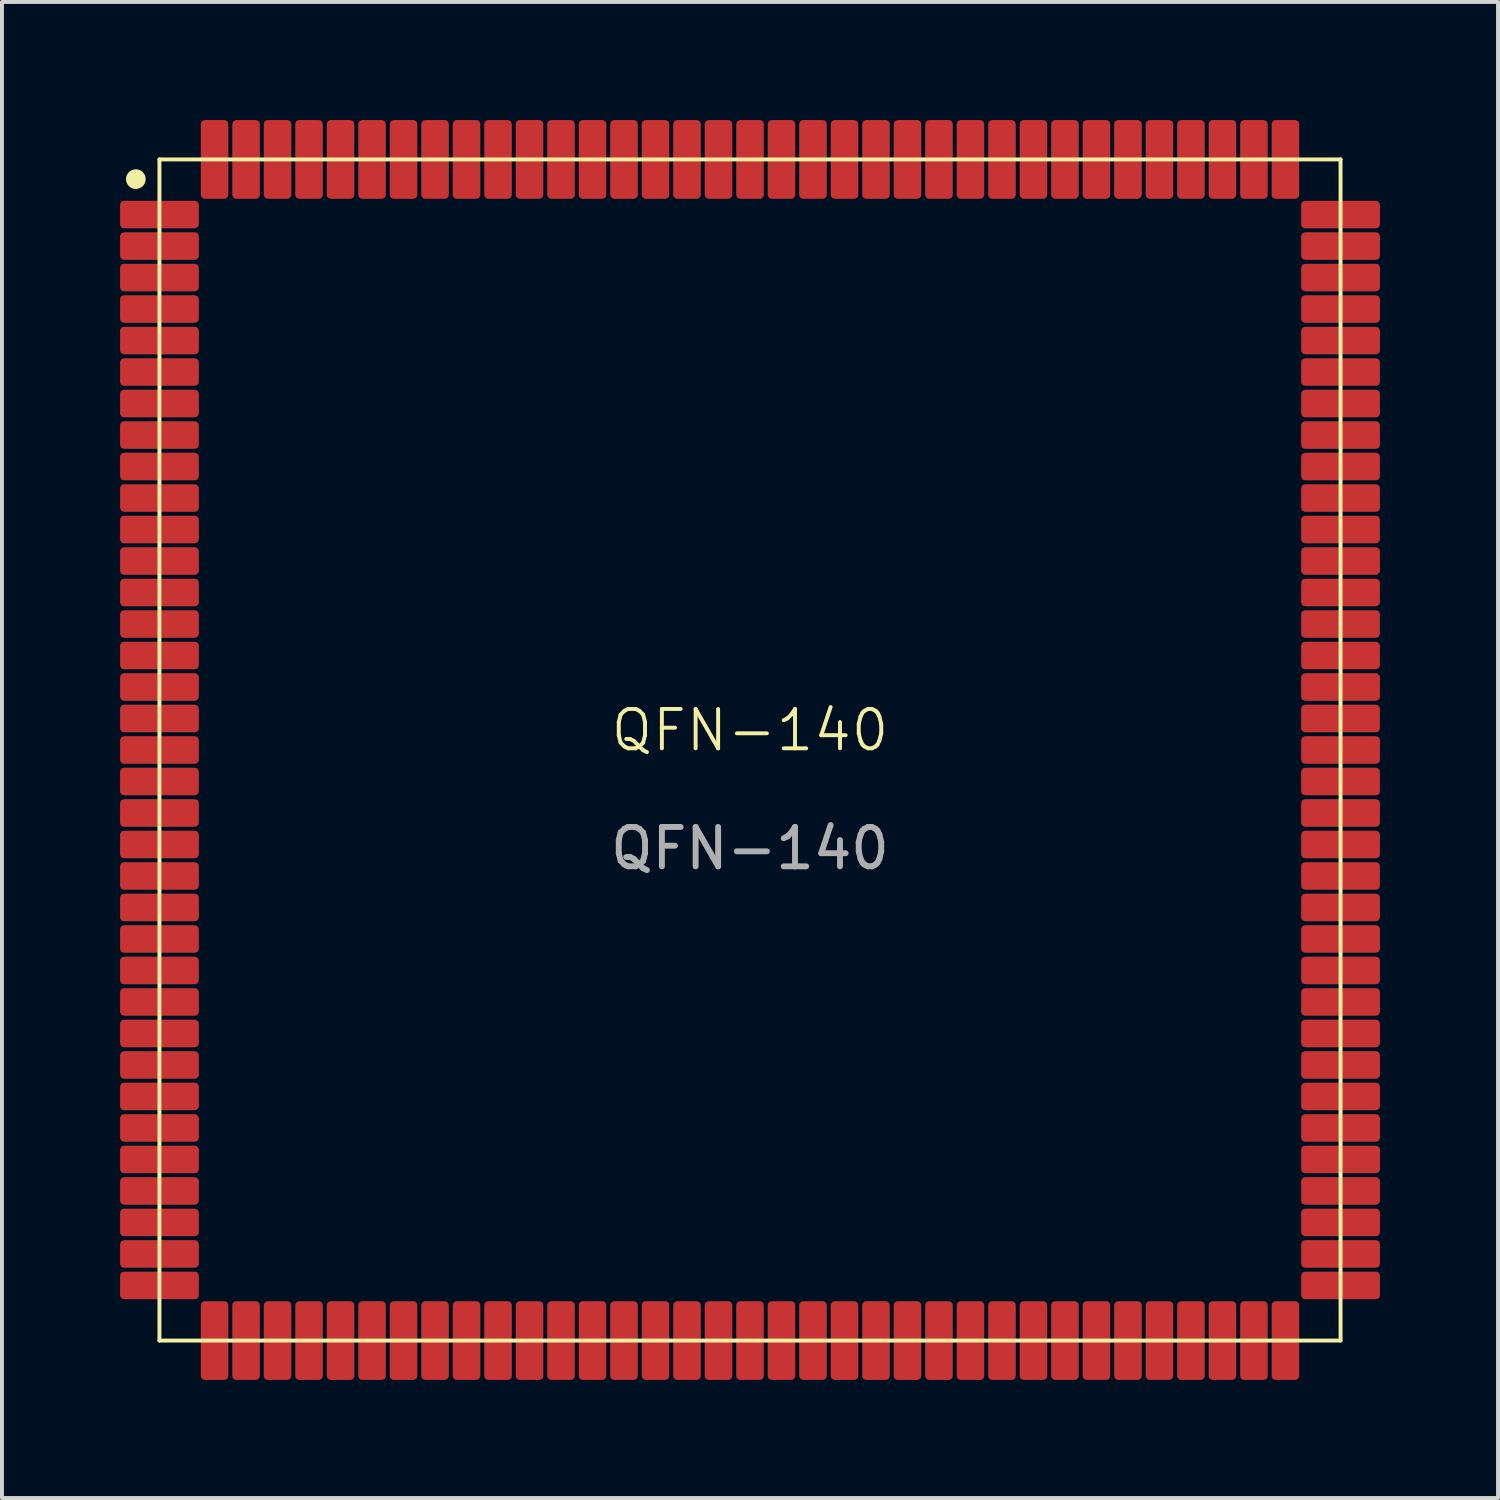
<source format=kicad_pcb>
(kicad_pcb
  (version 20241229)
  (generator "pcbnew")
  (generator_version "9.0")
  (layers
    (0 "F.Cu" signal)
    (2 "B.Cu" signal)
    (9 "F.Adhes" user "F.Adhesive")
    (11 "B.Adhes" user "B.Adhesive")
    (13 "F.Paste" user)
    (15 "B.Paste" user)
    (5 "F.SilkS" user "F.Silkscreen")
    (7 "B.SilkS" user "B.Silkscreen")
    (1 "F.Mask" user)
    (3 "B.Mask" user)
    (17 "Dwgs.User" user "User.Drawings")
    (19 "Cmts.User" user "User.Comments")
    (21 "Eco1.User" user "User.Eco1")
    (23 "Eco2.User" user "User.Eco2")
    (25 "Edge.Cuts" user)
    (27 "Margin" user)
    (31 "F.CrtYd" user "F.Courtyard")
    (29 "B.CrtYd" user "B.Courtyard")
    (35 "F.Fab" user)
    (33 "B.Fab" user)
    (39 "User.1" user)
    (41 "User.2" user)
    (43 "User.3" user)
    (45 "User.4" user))
  (footprint "QFN-140"
    (layer "F.Cu")
    (at 16 16)
    (property "Reference" "QFN-140" (at 0 -0.5 0) (unlocked yes) (layer "F.SilkS") (effects (font (size 1 1) (thickness 0.1))))
    (attr smd)
    (fp_line (start -15 -15) (end -15 15) (stroke (width 0.1) (type default)) (layer "F.SilkS"))
    (fp_line (start -15 15) (end 15 15) (stroke (width 0.1) (type default)) (layer "F.SilkS"))
    (fp_line (start 15 -15) (end -15 -15) (stroke (width 0.1) (type default)) (layer "F.SilkS"))
    (fp_line (start 15 15) (end 15 -15) (stroke (width 0.1) (type default)) (layer "F.SilkS"))
    (fp_circle (center -15.6 -14.5) (end -15.4 -14.5) (stroke (width 0.1) (type solid)) (fill yes) (layer "F.SilkS"))
    (fp_text user "${REFERENCE}" (at 0 2.5 0) (unlocked yes) (layer "F.Fab") (effects (font (size 1 1) (thickness 0.15))))
    (pad "1" smd roundrect (at -15 -13.6) (size 2 0.7) (layers "F.Cu" "F.Mask" "F.Paste") (roundrect_rratio 0.15))
    (pad "2" smd roundrect (at -15 -12.8) (size 2 0.7) (layers "F.Cu" "F.Mask" "F.Paste") (roundrect_rratio 0.15))
    (pad "3" smd roundrect (at -15 -12) (size 2 0.7) (layers "F.Cu" "F.Mask" "F.Paste") (roundrect_rratio 0.15))
    (pad "4" smd roundrect (at -15 -11.2) (size 2 0.7) (layers "F.Cu" "F.Mask" "F.Paste") (roundrect_rratio 0.15))
    (pad "5" smd roundrect (at -15 -10.4) (size 2 0.7) (layers "F.Cu" "F.Mask" "F.Paste") (roundrect_rratio 0.15))
    (pad "6" smd roundrect (at -15 -9.6) (size 2 0.7) (layers "F.Cu" "F.Mask" "F.Paste") (roundrect_rratio 0.15))
    (pad "7" smd roundrect (at -15 -8.8) (size 2 0.7) (layers "F.Cu" "F.Mask" "F.Paste") (roundrect_rratio 0.15))
    (pad "8" smd roundrect (at -15 -8) (size 2 0.7) (layers "F.Cu" "F.Mask" "F.Paste") (roundrect_rratio 0.15))
    (pad "9" smd roundrect (at -15 -7.2) (size 2 0.7) (layers "F.Cu" "F.Mask" "F.Paste") (roundrect_rratio 0.15))
    (pad "10" smd roundrect (at -15 -6.4) (size 2 0.7) (layers "F.Cu" "F.Mask" "F.Paste") (roundrect_rratio 0.15))
    (pad "11" smd roundrect (at -15 -5.6) (size 2 0.7) (layers "F.Cu" "F.Mask" "F.Paste") (roundrect_rratio 0.15))
    (pad "12" smd roundrect (at -15 -4.8) (size 2 0.7) (layers "F.Cu" "F.Mask" "F.Paste") (roundrect_rratio 0.15))
    (pad "13" smd roundrect (at -15 -4) (size 2 0.7) (layers "F.Cu" "F.Mask" "F.Paste") (roundrect_rratio 0.15))
    (pad "14" smd roundrect (at -15 -3.2) (size 2 0.7) (layers "F.Cu" "F.Mask" "F.Paste") (roundrect_rratio 0.15))
    (pad "15" smd roundrect (at -15 -2.4) (size 2 0.7) (layers "F.Cu" "F.Mask" "F.Paste") (roundrect_rratio 0.15))
    (pad "16" smd roundrect (at -15 -1.6) (size 2 0.7) (layers "F.Cu" "F.Mask" "F.Paste") (roundrect_rratio 0.15))
    (pad "17" smd roundrect (at -15 -0.8) (size 2 0.7) (layers "F.Cu" "F.Mask" "F.Paste") (roundrect_rratio 0.15))
    (pad "18" smd roundrect (at -15 0) (size 2 0.7) (layers "F.Cu" "F.Mask" "F.Paste") (roundrect_rratio 0.15))
    (pad "19" smd roundrect (at -15 0.8) (size 2 0.7) (layers "F.Cu" "F.Mask" "F.Paste") (roundrect_rratio 0.15))
    (pad "20" smd roundrect (at -15 1.6) (size 2 0.7) (layers "F.Cu" "F.Mask" "F.Paste") (roundrect_rratio 0.15))
    (pad "21" smd roundrect (at -15 2.4) (size 2 0.7) (layers "F.Cu" "F.Mask" "F.Paste") (roundrect_rratio 0.15))
    (pad "22" smd roundrect (at -15 3.2) (size 2 0.7) (layers "F.Cu" "F.Mask" "F.Paste") (roundrect_rratio 0.15))
    (pad "23" smd roundrect (at -15 4) (size 2 0.7) (layers "F.Cu" "F.Mask" "F.Paste") (roundrect_rratio 0.15))
    (pad "24" smd roundrect (at -15 4.8) (size 2 0.7) (layers "F.Cu" "F.Mask" "F.Paste") (roundrect_rratio 0.15))
    (pad "25" smd roundrect (at -15 5.6) (size 2 0.7) (layers "F.Cu" "F.Mask" "F.Paste") (roundrect_rratio 0.15))
    (pad "26" smd roundrect (at -15 6.4) (size 2 0.7) (layers "F.Cu" "F.Mask" "F.Paste") (roundrect_rratio 0.15))
    (pad "27" smd roundrect (at -15 7.2) (size 2 0.7) (layers "F.Cu" "F.Mask" "F.Paste") (roundrect_rratio 0.15))
    (pad "28" smd roundrect (at -15 8) (size 2 0.7) (layers "F.Cu" "F.Mask" "F.Paste") (roundrect_rratio 0.15))
    (pad "29" smd roundrect (at -15 8.8) (size 2 0.7) (layers "F.Cu" "F.Mask" "F.Paste") (roundrect_rratio 0.15))
    (pad "30" smd roundrect (at -15 9.6) (size 2 0.7) (layers "F.Cu" "F.Mask" "F.Paste") (roundrect_rratio 0.15))
    (pad "31" smd roundrect (at -15 10.4) (size 2 0.7) (layers "F.Cu" "F.Mask" "F.Paste") (roundrect_rratio 0.15))
    (pad "32" smd roundrect (at -15 11.2) (size 2 0.7) (layers "F.Cu" "F.Mask" "F.Paste") (roundrect_rratio 0.15))
    (pad "33" smd roundrect (at -15 12) (size 2 0.7) (layers "F.Cu" "F.Mask" "F.Paste") (roundrect_rratio 0.15))
    (pad "34" smd roundrect (at -15 12.8) (size 2 0.7) (layers "F.Cu" "F.Mask" "F.Paste") (roundrect_rratio 0.15))
    (pad "35" smd roundrect (at -15 13.6) (size 2 0.7) (layers "F.Cu" "F.Mask" "F.Paste") (roundrect_rratio 0.15))
    (pad "36" smd roundrect (at -13.6 15 90) (size 2 0.7) (layers "F.Cu" "F.Mask" "F.Paste") (roundrect_rratio 0.15))
    (pad "37" smd roundrect (at -12.8 15 90) (size 2 0.7) (layers "F.Cu" "F.Mask" "F.Paste") (roundrect_rratio 0.15))
    (pad "38" smd roundrect (at -12 15 90) (size 2 0.7) (layers "F.Cu" "F.Mask" "F.Paste") (roundrect_rratio 0.15))
    (pad "39" smd roundrect (at -11.2 15 90) (size 2 0.7) (layers "F.Cu" "F.Mask" "F.Paste") (roundrect_rratio 0.15))
    (pad "40" smd roundrect (at -10.4 15 90) (size 2 0.7) (layers "F.Cu" "F.Mask" "F.Paste") (roundrect_rratio 0.15))
    (pad "41" smd roundrect (at -9.6 15 90) (size 2 0.7) (layers "F.Cu" "F.Mask" "F.Paste") (roundrect_rratio 0.15))
    (pad "42" smd roundrect (at -8.8 15 90) (size 2 0.7) (layers "F.Cu" "F.Mask" "F.Paste") (roundrect_rratio 0.15))
    (pad "43" smd roundrect (at -8 15 90) (size 2 0.7) (layers "F.Cu" "F.Mask" "F.Paste") (roundrect_rratio 0.15))
    (pad "44" smd roundrect (at -7.2 15 90) (size 2 0.7) (layers "F.Cu" "F.Mask" "F.Paste") (roundrect_rratio 0.15))
    (pad "45" smd roundrect (at -6.4 15 90) (size 2 0.7) (layers "F.Cu" "F.Mask" "F.Paste") (roundrect_rratio 0.15))
    (pad "46" smd roundrect (at -5.6 15 90) (size 2 0.7) (layers "F.Cu" "F.Mask" "F.Paste") (roundrect_rratio 0.15))
    (pad "47" smd roundrect (at -4.8 15 90) (size 2 0.7) (layers "F.Cu" "F.Mask" "F.Paste") (roundrect_rratio 0.15))
    (pad "48" smd roundrect (at -4 15 90) (size 2 0.7) (layers "F.Cu" "F.Mask" "F.Paste") (roundrect_rratio 0.15))
    (pad "49" smd roundrect (at -3.2 15 90) (size 2 0.7) (layers "F.Cu" "F.Mask" "F.Paste") (roundrect_rratio 0.15))
    (pad "50" smd roundrect (at -2.4 15 90) (size 2 0.7) (layers "F.Cu" "F.Mask" "F.Paste") (roundrect_rratio 0.15))
    (pad "51" smd roundrect (at -1.6 15 90) (size 2 0.7) (layers "F.Cu" "F.Mask" "F.Paste") (roundrect_rratio 0.15))
    (pad "52" smd roundrect (at -0.8 15 90) (size 2 0.7) (layers "F.Cu" "F.Mask" "F.Paste") (roundrect_rratio 0.15))
    (pad "53" smd roundrect (at 0 15 90) (size 2 0.7) (layers "F.Cu" "F.Mask" "F.Paste") (roundrect_rratio 0.15))
    (pad "54" smd roundrect (at 0.8 15 90) (size 2 0.7) (layers "F.Cu" "F.Mask" "F.Paste") (roundrect_rratio 0.15))
    (pad "55" smd roundrect (at 1.6 15 90) (size 2 0.7) (layers "F.Cu" "F.Mask" "F.Paste") (roundrect_rratio 0.15))
    (pad "56" smd roundrect (at 2.4 15 90) (size 2 0.7) (layers "F.Cu" "F.Mask" "F.Paste") (roundrect_rratio 0.15))
    (pad "57" smd roundrect (at 3.2 15 90) (size 2 0.7) (layers "F.Cu" "F.Mask" "F.Paste") (roundrect_rratio 0.15))
    (pad "58" smd roundrect (at 4 15 90) (size 2 0.7) (layers "F.Cu" "F.Mask" "F.Paste") (roundrect_rratio 0.15))
    (pad "59" smd roundrect (at 4.8 15 90) (size 2 0.7) (layers "F.Cu" "F.Mask" "F.Paste") (roundrect_rratio 0.15))
    (pad "60" smd roundrect (at 5.6 15 90) (size 2 0.7) (layers "F.Cu" "F.Mask" "F.Paste") (roundrect_rratio 0.15))
    (pad "61" smd roundrect (at 6.4 15 90) (size 2 0.7) (layers "F.Cu" "F.Mask" "F.Paste") (roundrect_rratio 0.15))
    (pad "62" smd roundrect (at 7.2 15 90) (size 2 0.7) (layers "F.Cu" "F.Mask" "F.Paste") (roundrect_rratio 0.15))
    (pad "63" smd roundrect (at 8 15 90) (size 2 0.7) (layers "F.Cu" "F.Mask" "F.Paste") (roundrect_rratio 0.15))
    (pad "64" smd roundrect (at 8.8 15 90) (size 2 0.7) (layers "F.Cu" "F.Mask" "F.Paste") (roundrect_rratio 0.15))
    (pad "65" smd roundrect (at 9.6 15 90) (size 2 0.7) (layers "F.Cu" "F.Mask" "F.Paste") (roundrect_rratio 0.15))
    (pad "66" smd roundrect (at 10.4 15 90) (size 2 0.7) (layers "F.Cu" "F.Mask" "F.Paste") (roundrect_rratio 0.15))
    (pad "67" smd roundrect (at 11.2 15 90) (size 2 0.7) (layers "F.Cu" "F.Mask" "F.Paste") (roundrect_rratio 0.15))
    (pad "68" smd roundrect (at 12 15 90) (size 2 0.7) (layers "F.Cu" "F.Mask" "F.Paste") (roundrect_rratio 0.15))
    (pad "69" smd roundrect (at 12.8 15 90) (size 2 0.7) (layers "F.Cu" "F.Mask" "F.Paste") (roundrect_rratio 0.15))
    (pad "70" smd roundrect (at 13.6 15 90) (size 2 0.7) (layers "F.Cu" "F.Mask" "F.Paste") (roundrect_rratio 0.15))
    (pad "71" smd roundrect (at 15 13.6 180) (size 2 0.7) (layers "F.Cu" "F.Mask" "F.Paste") (roundrect_rratio 0.15))
    (pad "72" smd roundrect (at 15 12.8 180) (size 2 0.7) (layers "F.Cu" "F.Mask" "F.Paste") (roundrect_rratio 0.15))
    (pad "73" smd roundrect (at 15 12 180) (size 2 0.7) (layers "F.Cu" "F.Mask" "F.Paste") (roundrect_rratio 0.15))
    (pad "74" smd roundrect (at 15 11.2 180) (size 2 0.7) (layers "F.Cu" "F.Mask" "F.Paste") (roundrect_rratio 0.15))
    (pad "75" smd roundrect (at 15 10.4 180) (size 2 0.7) (layers "F.Cu" "F.Mask" "F.Paste") (roundrect_rratio 0.15))
    (pad "76" smd roundrect (at 15 9.6 180) (size 2 0.7) (layers "F.Cu" "F.Mask" "F.Paste") (roundrect_rratio 0.15))
    (pad "77" smd roundrect (at 15 8.8 180) (size 2 0.7) (layers "F.Cu" "F.Mask" "F.Paste") (roundrect_rratio 0.15))
    (pad "78" smd roundrect (at 15 8 180) (size 2 0.7) (layers "F.Cu" "F.Mask" "F.Paste") (roundrect_rratio 0.15))
    (pad "79" smd roundrect (at 15 7.2 180) (size 2 0.7) (layers "F.Cu" "F.Mask" "F.Paste") (roundrect_rratio 0.15))
    (pad "80" smd roundrect (at 15 6.4 180) (size 2 0.7) (layers "F.Cu" "F.Mask" "F.Paste") (roundrect_rratio 0.15))
    (pad "81" smd roundrect (at 15 5.6 180) (size 2 0.7) (layers "F.Cu" "F.Mask" "F.Paste") (roundrect_rratio 0.15))
    (pad "82" smd roundrect (at 15 4.8 180) (size 2 0.7) (layers "F.Cu" "F.Mask" "F.Paste") (roundrect_rratio 0.15))
    (pad "83" smd roundrect (at 15 4 180) (size 2 0.7) (layers "F.Cu" "F.Mask" "F.Paste") (roundrect_rratio 0.15))
    (pad "84" smd roundrect (at 15 3.2 180) (size 2 0.7) (layers "F.Cu" "F.Mask" "F.Paste") (roundrect_rratio 0.15))
    (pad "85" smd roundrect (at 15 2.4 180) (size 2 0.7) (layers "F.Cu" "F.Mask" "F.Paste") (roundrect_rratio 0.15))
    (pad "86" smd roundrect (at 15 1.6 180) (size 2 0.7) (layers "F.Cu" "F.Mask" "F.Paste") (roundrect_rratio 0.15))
    (pad "87" smd roundrect (at 15 0.8 180) (size 2 0.7) (layers "F.Cu" "F.Mask" "F.Paste") (roundrect_rratio 0.15))
    (pad "88" smd roundrect (at 15 0 180) (size 2 0.7) (layers "F.Cu" "F.Mask" "F.Paste") (roundrect_rratio 0.15))
    (pad "89" smd roundrect (at 15 -0.8 180) (size 2 0.7) (layers "F.Cu" "F.Mask" "F.Paste") (roundrect_rratio 0.15))
    (pad "90" smd roundrect (at 15 -1.6 180) (size 2 0.7) (layers "F.Cu" "F.Mask" "F.Paste") (roundrect_rratio 0.15))
    (pad "91" smd roundrect (at 15 -2.4 180) (size 2 0.7) (layers "F.Cu" "F.Mask" "F.Paste") (roundrect_rratio 0.15))
    (pad "92" smd roundrect (at 15 -3.2 180) (size 2 0.7) (layers "F.Cu" "F.Mask" "F.Paste") (roundrect_rratio 0.15))
    (pad "93" smd roundrect (at 15 -4 180) (size 2 0.7) (layers "F.Cu" "F.Mask" "F.Paste") (roundrect_rratio 0.15))
    (pad "94" smd roundrect (at 15 -4.8 180) (size 2 0.7) (layers "F.Cu" "F.Mask" "F.Paste") (roundrect_rratio 0.15))
    (pad "95" smd roundrect (at 15 -5.6 180) (size 2 0.7) (layers "F.Cu" "F.Mask" "F.Paste") (roundrect_rratio 0.15))
    (pad "96" smd roundrect (at 15 -6.4 180) (size 2 0.7) (layers "F.Cu" "F.Mask" "F.Paste") (roundrect_rratio 0.15))
    (pad "97" smd roundrect (at 15 -7.2 180) (size 2 0.7) (layers "F.Cu" "F.Mask" "F.Paste") (roundrect_rratio 0.15))
    (pad "98" smd roundrect (at 15 -8 180) (size 2 0.7) (layers "F.Cu" "F.Mask" "F.Paste") (roundrect_rratio 0.15))
    (pad "99" smd roundrect (at 15 -8.8 180) (size 2 0.7) (layers "F.Cu" "F.Mask" "F.Paste") (roundrect_rratio 0.15))
    (pad "100" smd roundrect (at 15 -9.6 180) (size 2 0.7) (layers "F.Cu" "F.Mask" "F.Paste") (roundrect_rratio 0.15))
    (pad "101" smd roundrect (at 15 -10.4 180) (size 2 0.7) (layers "F.Cu" "F.Mask" "F.Paste") (roundrect_rratio 0.15))
    (pad "102" smd roundrect (at 15 -11.2 180) (size 2 0.7) (layers "F.Cu" "F.Mask" "F.Paste") (roundrect_rratio 0.15))
    (pad "103" smd roundrect (at 15 -12 180) (size 2 0.7) (layers "F.Cu" "F.Mask" "F.Paste") (roundrect_rratio 0.15))
    (pad "104" smd roundrect (at 15 -12.8 180) (size 2 0.7) (layers "F.Cu" "F.Mask" "F.Paste") (roundrect_rratio 0.15))
    (pad "105" smd roundrect (at 15 -13.6 180) (size 2 0.7) (layers "F.Cu" "F.Mask" "F.Paste") (roundrect_rratio 0.15))
    (pad "106" smd roundrect (at 13.6 -15 270) (size 2 0.7) (layers "F.Cu" "F.Mask" "F.Paste") (roundrect_rratio 0.15))
    (pad "107" smd roundrect (at 12.8 -15 270) (size 2 0.7) (layers "F.Cu" "F.Mask" "F.Paste") (roundrect_rratio 0.15))
    (pad "108" smd roundrect (at 12 -15 270) (size 2 0.7) (layers "F.Cu" "F.Mask" "F.Paste") (roundrect_rratio 0.15))
    (pad "109" smd roundrect (at 11.2 -15 270) (size 2 0.7) (layers "F.Cu" "F.Mask" "F.Paste") (roundrect_rratio 0.15))
    (pad "110" smd roundrect (at 10.4 -15 270) (size 2 0.7) (layers "F.Cu" "F.Mask" "F.Paste") (roundrect_rratio 0.15))
    (pad "111" smd roundrect (at 9.6 -15 270) (size 2 0.7) (layers "F.Cu" "F.Mask" "F.Paste") (roundrect_rratio 0.15))
    (pad "112" smd roundrect (at 8.8 -15 270) (size 2 0.7) (layers "F.Cu" "F.Mask" "F.Paste") (roundrect_rratio 0.15))
    (pad "113" smd roundrect (at 8 -15 270) (size 2 0.7) (layers "F.Cu" "F.Mask" "F.Paste") (roundrect_rratio 0.15))
    (pad "114" smd roundrect (at 7.2 -15 270) (size 2 0.7) (layers "F.Cu" "F.Mask" "F.Paste") (roundrect_rratio 0.15))
    (pad "115" smd roundrect (at 6.4 -15 270) (size 2 0.7) (layers "F.Cu" "F.Mask" "F.Paste") (roundrect_rratio 0.15))
    (pad "116" smd roundrect (at 5.6 -15 270) (size 2 0.7) (layers "F.Cu" "F.Mask" "F.Paste") (roundrect_rratio 0.15))
    (pad "117" smd roundrect (at 4.8 -15 270) (size 2 0.7) (layers "F.Cu" "F.Mask" "F.Paste") (roundrect_rratio 0.15))
    (pad "118" smd roundrect (at 4 -15 270) (size 2 0.7) (layers "F.Cu" "F.Mask" "F.Paste") (roundrect_rratio 0.15))
    (pad "119" smd roundrect (at 3.2 -15 270) (size 2 0.7) (layers "F.Cu" "F.Mask" "F.Paste") (roundrect_rratio 0.15))
    (pad "120" smd roundrect (at 2.4 -15 270) (size 2 0.7) (layers "F.Cu" "F.Mask" "F.Paste") (roundrect_rratio 0.15))
    (pad "121" smd roundrect (at 1.6 -15 270) (size 2 0.7) (layers "F.Cu" "F.Mask" "F.Paste") (roundrect_rratio 0.15))
    (pad "122" smd roundrect (at 0.8 -15 270) (size 2 0.7) (layers "F.Cu" "F.Mask" "F.Paste") (roundrect_rratio 0.15))
    (pad "123" smd roundrect (at 0 -15 270) (size 2 0.7) (layers "F.Cu" "F.Mask" "F.Paste") (roundrect_rratio 0.15))
    (pad "124" smd roundrect (at -0.8 -15 270) (size 2 0.7) (layers "F.Cu" "F.Mask" "F.Paste") (roundrect_rratio 0.15))
    (pad "125" smd roundrect (at -1.6 -15 270) (size 2 0.7) (layers "F.Cu" "F.Mask" "F.Paste") (roundrect_rratio 0.15))
    (pad "126" smd roundrect (at -2.4 -15 270) (size 2 0.7) (layers "F.Cu" "F.Mask" "F.Paste") (roundrect_rratio 0.15))
    (pad "127" smd roundrect (at -3.2 -15 270) (size 2 0.7) (layers "F.Cu" "F.Mask" "F.Paste") (roundrect_rratio 0.15))
    (pad "128" smd roundrect (at -4 -15 270) (size 2 0.7) (layers "F.Cu" "F.Mask" "F.Paste") (roundrect_rratio 0.15))
    (pad "129" smd roundrect (at -4.8 -15 270) (size 2 0.7) (layers "F.Cu" "F.Mask" "F.Paste") (roundrect_rratio 0.15))
    (pad "130" smd roundrect (at -5.6 -15 270) (size 2 0.7) (layers "F.Cu" "F.Mask" "F.Paste") (roundrect_rratio 0.15))
    (pad "131" smd roundrect (at -6.4 -15 270) (size 2 0.7) (layers "F.Cu" "F.Mask" "F.Paste") (roundrect_rratio 0.15))
    (pad "132" smd roundrect (at -7.2 -15 270) (size 2 0.7) (layers "F.Cu" "F.Mask" "F.Paste") (roundrect_rratio 0.15))
    (pad "133" smd roundrect (at -8 -15 270) (size 2 0.7) (layers "F.Cu" "F.Mask" "F.Paste") (roundrect_rratio 0.15))
    (pad "134" smd roundrect (at -8.8 -15 270) (size 2 0.7) (layers "F.Cu" "F.Mask" "F.Paste") (roundrect_rratio 0.15))
    (pad "135" smd roundrect (at -9.6 -15 270) (size 2 0.7) (layers "F.Cu" "F.Mask" "F.Paste") (roundrect_rratio 0.15))
    (pad "136" smd roundrect (at -10.4 -15 270) (size 2 0.7) (layers "F.Cu" "F.Mask" "F.Paste") (roundrect_rratio 0.15))
    (pad "137" smd roundrect (at -11.2 -15 270) (size 2 0.7) (layers "F.Cu" "F.Mask" "F.Paste") (roundrect_rratio 0.15))
    (pad "138" smd roundrect (at -12 -15 270) (size 2 0.7) (layers "F.Cu" "F.Mask" "F.Paste") (roundrect_rratio 0.15))
    (pad "139" smd roundrect (at -12.8 -15 270) (size 2 0.7) (layers "F.Cu" "F.Mask" "F.Paste") (roundrect_rratio 0.15))
    (pad "140" smd roundrect (at -13.6 -15 270) (size 2 0.7) (layers "F.Cu" "F.Mask" "F.Paste") (roundrect_rratio 0.15)))
  (gr_rect
    (start -3 -3)
    (end 35 35)
    (stroke (width 0.1) (type default))
    (fill no)
    (layer "Edge.Cuts")))
</source>
